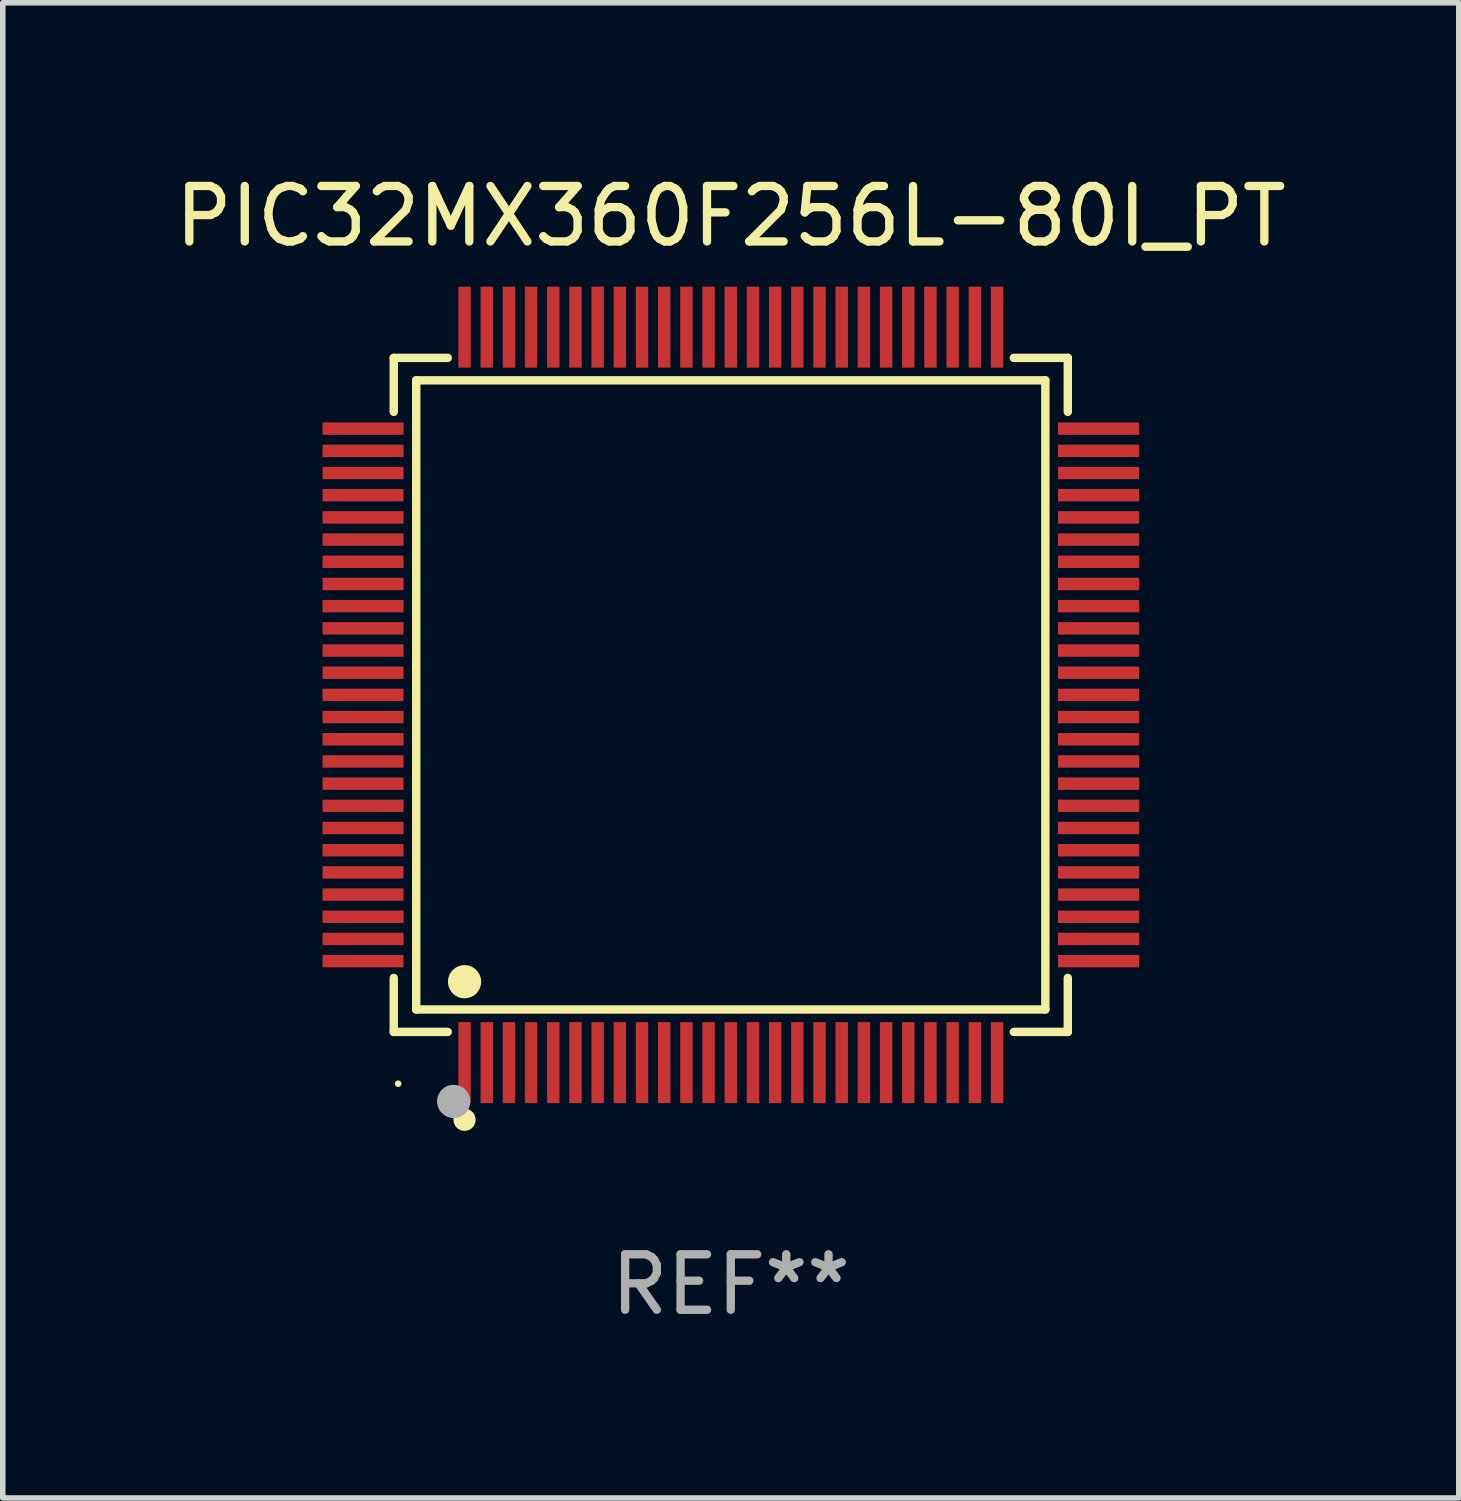
<source format=kicad_pcb>
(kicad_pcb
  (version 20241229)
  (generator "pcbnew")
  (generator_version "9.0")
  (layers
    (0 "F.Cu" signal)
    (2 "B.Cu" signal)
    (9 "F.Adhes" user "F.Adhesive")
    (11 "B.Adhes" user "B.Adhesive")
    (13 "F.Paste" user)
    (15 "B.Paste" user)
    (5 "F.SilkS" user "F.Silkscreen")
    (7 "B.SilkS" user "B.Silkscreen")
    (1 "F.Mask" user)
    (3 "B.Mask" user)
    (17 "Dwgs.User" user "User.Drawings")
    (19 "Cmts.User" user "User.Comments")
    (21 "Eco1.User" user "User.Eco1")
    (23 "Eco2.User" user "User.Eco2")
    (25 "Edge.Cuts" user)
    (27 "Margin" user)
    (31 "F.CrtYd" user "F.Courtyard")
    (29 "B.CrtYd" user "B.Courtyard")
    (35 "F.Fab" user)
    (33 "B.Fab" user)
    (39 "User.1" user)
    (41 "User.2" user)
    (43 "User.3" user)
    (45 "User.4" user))
  (footprint "PIC32MX360F256L-80I_PT"
    (layer "F.Cu")
    (at 10.125 9.478)
    (property "Reference" "PIC32MX360F256L-80I_PT" (at 0 -8.63 0) (layer "F.SilkS") (effects (font (size 1 1) (thickness 0.15))))
    (attr through_hole)
    (fp_line (start -6.076 -6.076) (end -5.103 -6.076) (stroke (width 0.152) (type solid)) (layer "F.SilkS"))
    (fp_line (start -6.076 -5.103) (end -6.076 -6.076) (stroke (width 0.152) (type solid)) (layer "F.SilkS"))
    (fp_line (start -6.076 5.103) (end -6.076 6.076) (stroke (width 0.152) (type solid)) (layer "F.SilkS"))
    (fp_line (start -6.076 6.076) (end -5.103 6.076) (stroke (width 0.152) (type solid)) (layer "F.SilkS"))
    (fp_line (start -5.671 -5.671) (end 5.671 -5.671) (stroke (width 0.152) (type solid)) (layer "F.SilkS"))
    (fp_line (start -5.671 5.671) (end -5.671 -5.671) (stroke (width 0.152) (type solid)) (layer "F.SilkS"))
    (fp_line (start 5.671 -5.671) (end 5.671 5.671) (stroke (width 0.152) (type solid)) (layer "F.SilkS"))
    (fp_line (start 5.671 5.671) (end -5.671 5.671) (stroke (width 0.152) (type solid)) (layer "F.SilkS"))
    (fp_line (start 6.076 -6.076) (end 5.103 -6.076) (stroke (width 0.152) (type solid)) (layer "F.SilkS"))
    (fp_line (start 6.076 -5.103) (end 6.076 -6.076) (stroke (width 0.152) (type solid)) (layer "F.SilkS"))
    (fp_line (start 6.076 5.103) (end 6.076 6.076) (stroke (width 0.152) (type solid)) (layer "F.SilkS"))
    (fp_line (start 6.076 6.076) (end 5.103 6.076) (stroke (width 0.152) (type solid)) (layer "F.SilkS"))
    (fp_circle (center -5.997 7.01) (end -5.967 7.01) (stroke (width 0.06) (type solid)) (fill no) (layer "F.SilkS"))
    (fp_circle (center -4.8 5.171) (end -4.65 5.171) (stroke (width 0.3) (type solid)) (fill no) (layer "F.SilkS"))
    (fp_circle (center -4.8 7.66) (end -4.7 7.66) (stroke (width 0.2) (type solid)) (fill no) (layer "F.SilkS"))
    (fp_circle (center -4.996 7.329) (end -4.846 7.329) (stroke (width 0.3) (type solid)) (fill no) (layer "F.Fab"))
    (fp_text user "REF**" (at 0 10.63 0) (layer "F.Fab") (effects (font (size 1 1) (thickness 0.15))))
    (pad "1" smd rect (at -4.8 6.63) (size 0.224 1.46) (layers "F.Cu" "F.Mask" "F.Paste"))
    (pad "2" smd rect (at -4.4 6.63) (size 0.224 1.46) (layers "F.Cu" "F.Mask" "F.Paste"))
    (pad "3" smd rect (at -4 6.63) (size 0.224 1.46) (layers "F.Cu" "F.Mask" "F.Paste"))
    (pad "4" smd rect (at -3.6 6.63) (size 0.224 1.46) (layers "F.Cu" "F.Mask" "F.Paste"))
    (pad "5" smd rect (at -3.2 6.63) (size 0.224 1.46) (layers "F.Cu" "F.Mask" "F.Paste"))
    (pad "6" smd rect (at -2.8 6.63) (size 0.224 1.46) (layers "F.Cu" "F.Mask" "F.Paste"))
    (pad "7" smd rect (at -2.4 6.63) (size 0.224 1.46) (layers "F.Cu" "F.Mask" "F.Paste"))
    (pad "8" smd rect (at -2 6.63) (size 0.224 1.46) (layers "F.Cu" "F.Mask" "F.Paste"))
    (pad "9" smd rect (at -1.6 6.63) (size 0.224 1.46) (layers "F.Cu" "F.Mask" "F.Paste"))
    (pad "10" smd rect (at -1.2 6.63) (size 0.224 1.46) (layers "F.Cu" "F.Mask" "F.Paste"))
    (pad "11" smd rect (at -0.8 6.63) (size 0.224 1.46) (layers "F.Cu" "F.Mask" "F.Paste"))
    (pad "12" smd rect (at -0.4 6.63) (size 0.224 1.46) (layers "F.Cu" "F.Mask" "F.Paste"))
    (pad "13" smd rect (at 0 6.63) (size 0.224 1.46) (layers "F.Cu" "F.Mask" "F.Paste"))
    (pad "14" smd rect (at 0.4 6.63) (size 0.224 1.46) (layers "F.Cu" "F.Mask" "F.Paste"))
    (pad "15" smd rect (at 0.8 6.63) (size 0.224 1.46) (layers "F.Cu" "F.Mask" "F.Paste"))
    (pad "16" smd rect (at 1.2 6.63) (size 0.224 1.46) (layers "F.Cu" "F.Mask" "F.Paste"))
    (pad "17" smd rect (at 1.6 6.63) (size 0.224 1.46) (layers "F.Cu" "F.Mask" "F.Paste"))
    (pad "18" smd rect (at 2 6.63) (size 0.224 1.46) (layers "F.Cu" "F.Mask" "F.Paste"))
    (pad "19" smd rect (at 2.4 6.63) (size 0.224 1.46) (layers "F.Cu" "F.Mask" "F.Paste"))
    (pad "20" smd rect (at 2.8 6.63) (size 0.224 1.46) (layers "F.Cu" "F.Mask" "F.Paste"))
    (pad "21" smd rect (at 3.2 6.63) (size 0.224 1.46) (layers "F.Cu" "F.Mask" "F.Paste"))
    (pad "22" smd rect (at 3.6 6.63) (size 0.224 1.46) (layers "F.Cu" "F.Mask" "F.Paste"))
    (pad "23" smd rect (at 4 6.63) (size 0.224 1.46) (layers "F.Cu" "F.Mask" "F.Paste"))
    (pad "24" smd rect (at 4.4 6.63) (size 0.224 1.46) (layers "F.Cu" "F.Mask" "F.Paste"))
    (pad "25" smd rect (at 4.8 6.63) (size 0.224 1.46) (layers "F.Cu" "F.Mask" "F.Paste"))
    (pad "26" smd rect (at 6.63 4.8) (size 1.46 0.224) (layers "F.Cu" "F.Mask" "F.Paste"))
    (pad "27" smd rect (at 6.63 4.4) (size 1.46 0.224) (layers "F.Cu" "F.Mask" "F.Paste"))
    (pad "28" smd rect (at 6.63 4) (size 1.46 0.224) (layers "F.Cu" "F.Mask" "F.Paste"))
    (pad "29" smd rect (at 6.63 3.6) (size 1.46 0.224) (layers "F.Cu" "F.Mask" "F.Paste"))
    (pad "30" smd rect (at 6.63 3.2) (size 1.46 0.224) (layers "F.Cu" "F.Mask" "F.Paste"))
    (pad "31" smd rect (at 6.63 2.8) (size 1.46 0.224) (layers "F.Cu" "F.Mask" "F.Paste"))
    (pad "32" smd rect (at 6.63 2.4) (size 1.46 0.224) (layers "F.Cu" "F.Mask" "F.Paste"))
    (pad "33" smd rect (at 6.63 2) (size 1.46 0.224) (layers "F.Cu" "F.Mask" "F.Paste"))
    (pad "34" smd rect (at 6.63 1.6) (size 1.46 0.224) (layers "F.Cu" "F.Mask" "F.Paste"))
    (pad "35" smd rect (at 6.63 1.2) (size 1.46 0.224) (layers "F.Cu" "F.Mask" "F.Paste"))
    (pad "36" smd rect (at 6.63 0.8) (size 1.46 0.224) (layers "F.Cu" "F.Mask" "F.Paste"))
    (pad "37" smd rect (at 6.63 0.4) (size 1.46 0.224) (layers "F.Cu" "F.Mask" "F.Paste"))
    (pad "38" smd rect (at 6.63 0) (size 1.46 0.224) (layers "F.Cu" "F.Mask" "F.Paste"))
    (pad "39" smd rect (at 6.63 -0.4) (size 1.46 0.224) (layers "F.Cu" "F.Mask" "F.Paste"))
    (pad "40" smd rect (at 6.63 -0.8) (size 1.46 0.224) (layers "F.Cu" "F.Mask" "F.Paste"))
    (pad "41" smd rect (at 6.63 -1.2) (size 1.46 0.224) (layers "F.Cu" "F.Mask" "F.Paste"))
    (pad "42" smd rect (at 6.63 -1.6) (size 1.46 0.224) (layers "F.Cu" "F.Mask" "F.Paste"))
    (pad "43" smd rect (at 6.63 -2) (size 1.46 0.224) (layers "F.Cu" "F.Mask" "F.Paste"))
    (pad "44" smd rect (at 6.63 -2.4) (size 1.46 0.224) (layers "F.Cu" "F.Mask" "F.Paste"))
    (pad "45" smd rect (at 6.63 -2.8) (size 1.46 0.224) (layers "F.Cu" "F.Mask" "F.Paste"))
    (pad "46" smd rect (at 6.63 -3.2) (size 1.46 0.224) (layers "F.Cu" "F.Mask" "F.Paste"))
    (pad "47" smd rect (at 6.63 -3.6) (size 1.46 0.224) (layers "F.Cu" "F.Mask" "F.Paste"))
    (pad "48" smd rect (at 6.63 -4) (size 1.46 0.224) (layers "F.Cu" "F.Mask" "F.Paste"))
    (pad "49" smd rect (at 6.63 -4.4) (size 1.46 0.224) (layers "F.Cu" "F.Mask" "F.Paste"))
    (pad "50" smd rect (at 6.63 -4.8) (size 1.46 0.224) (layers "F.Cu" "F.Mask" "F.Paste"))
    (pad "51" smd rect (at 4.8 -6.63) (size 0.224 1.46) (layers "F.Cu" "F.Mask" "F.Paste"))
    (pad "52" smd rect (at 4.4 -6.63) (size 0.224 1.46) (layers "F.Cu" "F.Mask" "F.Paste"))
    (pad "53" smd rect (at 4 -6.63) (size 0.224 1.46) (layers "F.Cu" "F.Mask" "F.Paste"))
    (pad "54" smd rect (at 3.6 -6.63) (size 0.224 1.46) (layers "F.Cu" "F.Mask" "F.Paste"))
    (pad "55" smd rect (at 3.2 -6.63) (size 0.224 1.46) (layers "F.Cu" "F.Mask" "F.Paste"))
    (pad "56" smd rect (at 2.8 -6.63) (size 0.224 1.46) (layers "F.Cu" "F.Mask" "F.Paste"))
    (pad "57" smd rect (at 2.4 -6.63) (size 0.224 1.46) (layers "F.Cu" "F.Mask" "F.Paste"))
    (pad "58" smd rect (at 2 -6.63) (size 0.224 1.46) (layers "F.Cu" "F.Mask" "F.Paste"))
    (pad "59" smd rect (at 1.6 -6.63) (size 0.224 1.46) (layers "F.Cu" "F.Mask" "F.Paste"))
    (pad "60" smd rect (at 1.2 -6.63) (size 0.224 1.46) (layers "F.Cu" "F.Mask" "F.Paste"))
    (pad "61" smd rect (at 0.8 -6.63) (size 0.224 1.46) (layers "F.Cu" "F.Mask" "F.Paste"))
    (pad "62" smd rect (at 0.4 -6.63) (size 0.224 1.46) (layers "F.Cu" "F.Mask" "F.Paste"))
    (pad "63" smd rect (at 0 -6.63) (size 0.224 1.46) (layers "F.Cu" "F.Mask" "F.Paste"))
    (pad "64" smd rect (at -0.4 -6.63) (size 0.224 1.46) (layers "F.Cu" "F.Mask" "F.Paste"))
    (pad "65" smd rect (at -0.8 -6.63) (size 0.224 1.46) (layers "F.Cu" "F.Mask" "F.Paste"))
    (pad "66" smd rect (at -1.2 -6.63) (size 0.224 1.46) (layers "F.Cu" "F.Mask" "F.Paste"))
    (pad "67" smd rect (at -1.6 -6.63) (size 0.224 1.46) (layers "F.Cu" "F.Mask" "F.Paste"))
    (pad "68" smd rect (at -2 -6.63) (size 0.224 1.46) (layers "F.Cu" "F.Mask" "F.Paste"))
    (pad "69" smd rect (at -2.4 -6.63) (size 0.224 1.46) (layers "F.Cu" "F.Mask" "F.Paste"))
    (pad "70" smd rect (at -2.8 -6.63) (size 0.224 1.46) (layers "F.Cu" "F.Mask" "F.Paste"))
    (pad "71" smd rect (at -3.2 -6.63) (size 0.224 1.46) (layers "F.Cu" "F.Mask" "F.Paste"))
    (pad "72" smd rect (at -3.6 -6.63) (size 0.224 1.46) (layers "F.Cu" "F.Mask" "F.Paste"))
    (pad "73" smd rect (at -4 -6.63) (size 0.224 1.46) (layers "F.Cu" "F.Mask" "F.Paste"))
    (pad "74" smd rect (at -4.4 -6.63) (size 0.224 1.46) (layers "F.Cu" "F.Mask" "F.Paste"))
    (pad "75" smd rect (at -4.8 -6.63) (size 0.224 1.46) (layers "F.Cu" "F.Mask" "F.Paste"))
    (pad "76" smd rect (at -6.63 -4.8) (size 1.46 0.224) (layers "F.Cu" "F.Mask" "F.Paste"))
    (pad "77" smd rect (at -6.63 -4.4) (size 1.46 0.224) (layers "F.Cu" "F.Mask" "F.Paste"))
    (pad "78" smd rect (at -6.63 -4) (size 1.46 0.224) (layers "F.Cu" "F.Mask" "F.Paste"))
    (pad "79" smd rect (at -6.63 -3.6) (size 1.46 0.224) (layers "F.Cu" "F.Mask" "F.Paste"))
    (pad "80" smd rect (at -6.63 -3.2) (size 1.46 0.224) (layers "F.Cu" "F.Mask" "F.Paste"))
    (pad "81" smd rect (at -6.63 -2.8) (size 1.46 0.224) (layers "F.Cu" "F.Mask" "F.Paste"))
    (pad "82" smd rect (at -6.63 -2.4) (size 1.46 0.224) (layers "F.Cu" "F.Mask" "F.Paste"))
    (pad "83" smd rect (at -6.63 -2) (size 1.46 0.224) (layers "F.Cu" "F.Mask" "F.Paste"))
    (pad "84" smd rect (at -6.63 -1.6) (size 1.46 0.224) (layers "F.Cu" "F.Mask" "F.Paste"))
    (pad "85" smd rect (at -6.63 -1.2) (size 1.46 0.224) (layers "F.Cu" "F.Mask" "F.Paste"))
    (pad "86" smd rect (at -6.63 -0.8) (size 1.46 0.224) (layers "F.Cu" "F.Mask" "F.Paste"))
    (pad "87" smd rect (at -6.63 -0.4) (size 1.46 0.224) (layers "F.Cu" "F.Mask" "F.Paste"))
    (pad "88" smd rect (at -6.63 0) (size 1.46 0.224) (layers "F.Cu" "F.Mask" "F.Paste"))
    (pad "89" smd rect (at -6.63 0.4) (size 1.46 0.224) (layers "F.Cu" "F.Mask" "F.Paste"))
    (pad "90" smd rect (at -6.63 0.8) (size 1.46 0.224) (layers "F.Cu" "F.Mask" "F.Paste"))
    (pad "91" smd rect (at -6.63 1.2) (size 1.46 0.224) (layers "F.Cu" "F.Mask" "F.Paste"))
    (pad "92" smd rect (at -6.63 1.6) (size 1.46 0.224) (layers "F.Cu" "F.Mask" "F.Paste"))
    (pad "93" smd rect (at -6.63 2) (size 1.46 0.224) (layers "F.Cu" "F.Mask" "F.Paste"))
    (pad "94" smd rect (at -6.63 2.4) (size 1.46 0.224) (layers "F.Cu" "F.Mask" "F.Paste"))
    (pad "95" smd rect (at -6.63 2.8) (size 1.46 0.224) (layers "F.Cu" "F.Mask" "F.Paste"))
    (pad "96" smd rect (at -6.63 3.2) (size 1.46 0.224) (layers "F.Cu" "F.Mask" "F.Paste"))
    (pad "97" smd rect (at -6.63 3.6) (size 1.46 0.224) (layers "F.Cu" "F.Mask" "F.Paste"))
    (pad "98" smd rect (at -6.63 4) (size 1.46 0.224) (layers "F.Cu" "F.Mask" "F.Paste"))
    (pad "99" smd rect (at -6.63 4.4) (size 1.46 0.224) (layers "F.Cu" "F.Mask" "F.Paste"))
    (pad "100" smd rect (at -6.63 4.8) (size 1.46 0.224) (layers "F.Cu" "F.Mask" "F.Paste")))
  (gr_rect
    (start -3 -3)
    (end 23.25 23.956)
    (stroke (width 0.1) (type default))
    (fill no)
    (layer "Edge.Cuts")))
</source>
